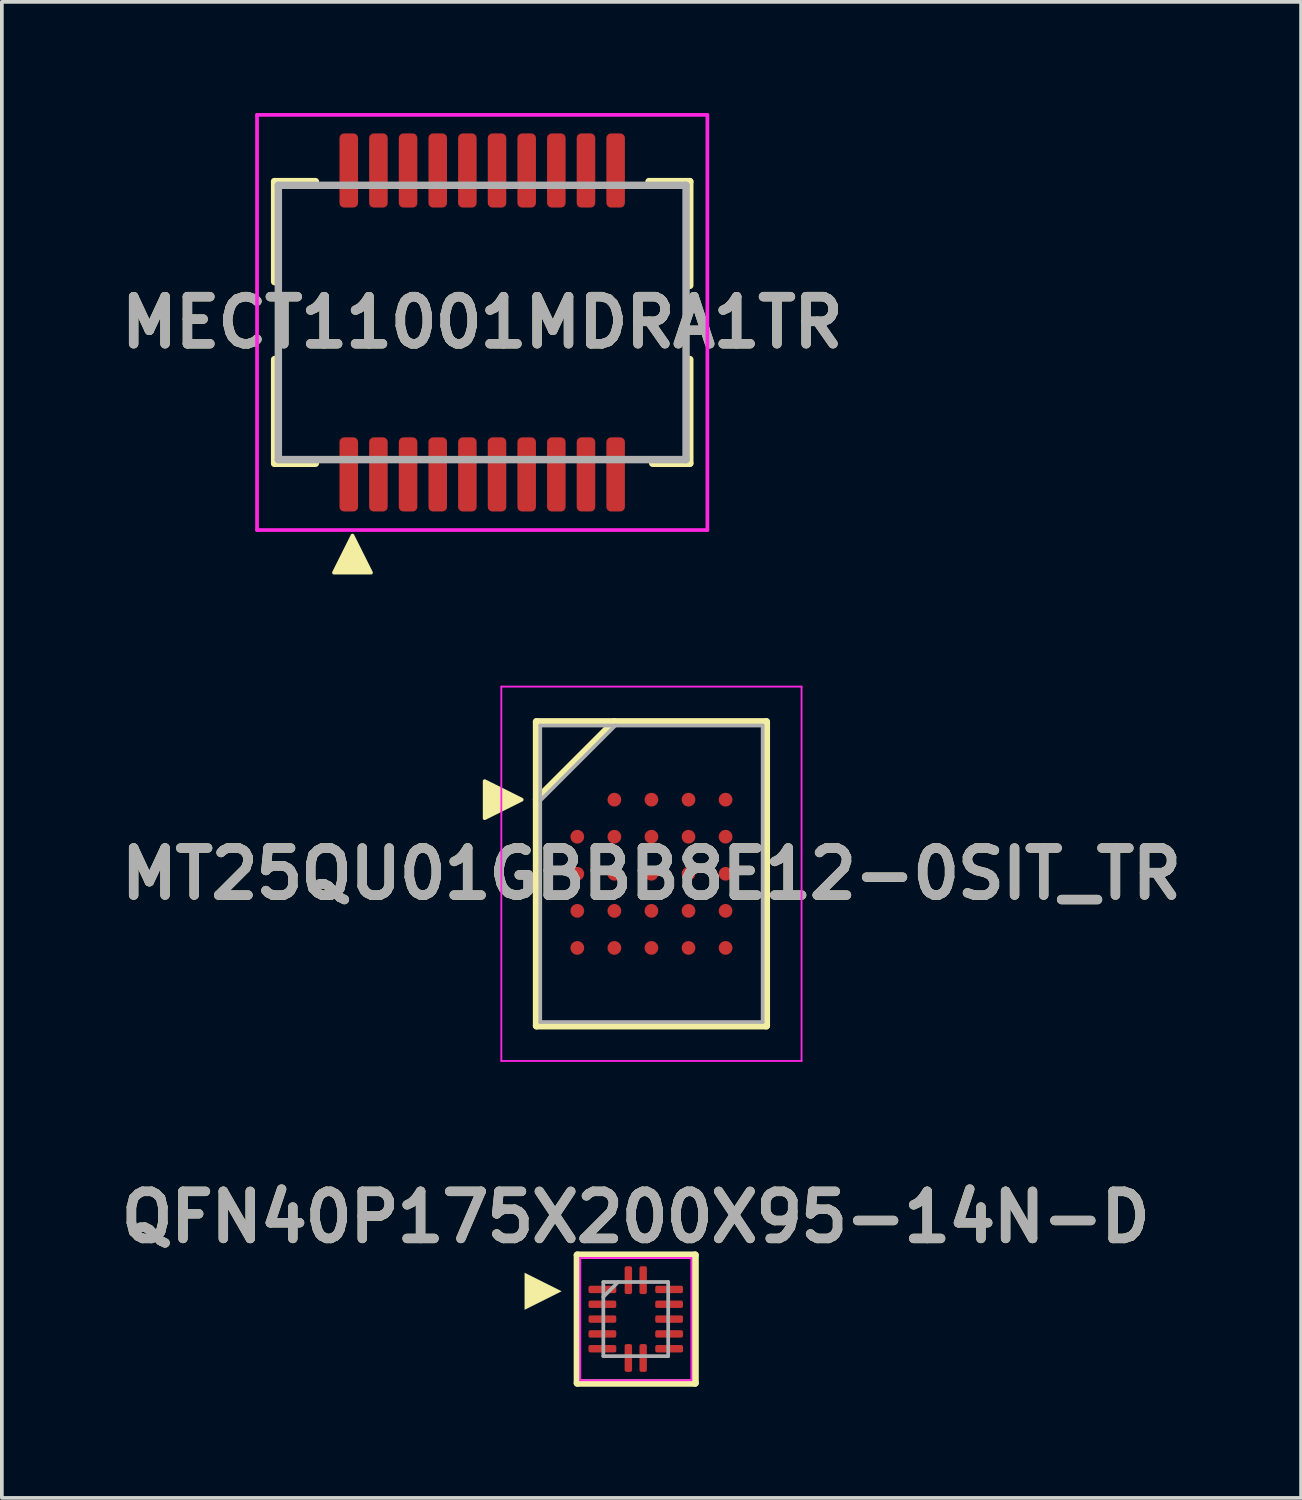
<source format=kicad_pcb>
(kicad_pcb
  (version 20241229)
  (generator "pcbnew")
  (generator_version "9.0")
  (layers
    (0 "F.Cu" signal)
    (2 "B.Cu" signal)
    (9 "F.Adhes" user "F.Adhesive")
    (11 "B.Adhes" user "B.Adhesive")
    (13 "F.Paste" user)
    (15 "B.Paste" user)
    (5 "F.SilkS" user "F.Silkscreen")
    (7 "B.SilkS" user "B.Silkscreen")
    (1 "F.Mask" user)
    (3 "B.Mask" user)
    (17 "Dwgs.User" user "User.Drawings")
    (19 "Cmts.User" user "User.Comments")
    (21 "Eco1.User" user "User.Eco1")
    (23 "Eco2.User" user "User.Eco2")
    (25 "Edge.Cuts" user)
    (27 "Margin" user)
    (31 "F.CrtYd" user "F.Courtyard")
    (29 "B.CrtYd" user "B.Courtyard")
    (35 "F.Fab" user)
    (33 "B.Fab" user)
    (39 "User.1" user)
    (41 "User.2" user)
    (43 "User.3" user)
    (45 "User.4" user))
  (footprint "QFN40P175X200X95-14N-D"
    (layer "F.Cu")
    (at 14.103 32.539)
    (property "Reference" "QFN40P175X200X95-14N-D" (at 0 -2.75 0) (layer "F.SilkS") (effects (font (size 1.27 1.27) (thickness 0.254))))
    (attr smd)
    (fp_line (start -1.575 -1.725) (end 1.6 -1.725) (stroke (width 0.2) (type solid)) (layer "F.SilkS"))
    (fp_line (start -1.575 1.725) (end -1.575 -1.725) (stroke (width 0.2) (type solid)) (layer "F.SilkS"))
    (fp_line (start 1.6 -1.725) (end 1.6 1.725) (stroke (width 0.2) (type solid)) (layer "F.SilkS"))
    (fp_line (start 1.6 1.725) (end -1.575 1.725) (stroke (width 0.2) (type solid)) (layer "F.SilkS"))
    (fp_poly (pts (xy -2 -0.75) (xy -3 -0.25) (xy -3 -1.25)) (stroke (width 0) (type solid)) (fill yes) (layer "F.SilkS"))
    (fp_line (start -1.5 -1.65) (end 1.5 -1.65) (stroke (width 0.05) (type solid)) (layer "F.CrtYd"))
    (fp_line (start -1.5 1.65) (end -1.5 -1.65) (stroke (width 0.05) (type solid)) (layer "F.CrtYd"))
    (fp_line (start 1.5 -1.65) (end 1.5 1.65) (stroke (width 0.05) (type solid)) (layer "F.CrtYd"))
    (fp_line (start 1.5 1.65) (end -1.5 1.65) (stroke (width 0.05) (type solid)) (layer "F.CrtYd"))
    (fp_line (start -0.875 -1) (end 0.875 -1) (stroke (width 0.1) (type solid)) (layer "F.Fab"))
    (fp_line (start -0.875 -0.6) (end -0.475 -1) (stroke (width 0.1) (type solid)) (layer "F.Fab"))
    (fp_line (start -0.875 1) (end -0.875 -1) (stroke (width 0.1) (type solid)) (layer "F.Fab"))
    (fp_line (start 0.875 -1) (end 0.875 1) (stroke (width 0.1) (type solid)) (layer "F.Fab"))
    (fp_line (start 0.875 1) (end -0.875 1) (stroke (width 0.1) (type solid)) (layer "F.Fab"))
    (fp_text user "${REFERENCE}" (at 0 -2.75 0) (layer "F.Fab") (effects (font (size 1.27 1.27) (thickness 0.254))))
    (pad "1" smd roundrect (at -0.9 -0.8 90) (size 0.2 0.75) (layers "F.Cu" "F.Mask" "F.Paste") (roundrect_rratio 0.25))
    (pad "2" smd roundrect (at -0.9 -0.4 90) (size 0.2 0.75) (layers "F.Cu" "F.Mask" "F.Paste") (roundrect_rratio 0.25))
    (pad "3" smd roundrect (at -0.9 0 90) (size 0.2 0.75) (layers "F.Cu" "F.Mask" "F.Paste") (roundrect_rratio 0.25))
    (pad "4" smd roundrect (at -0.9 0.4 90) (size 0.2 0.75) (layers "F.Cu" "F.Mask" "F.Paste") (roundrect_rratio 0.25))
    (pad "5" smd roundrect (at -0.9 0.8 90) (size 0.2 0.75) (layers "F.Cu" "F.Mask" "F.Paste") (roundrect_rratio 0.25))
    (pad "6" smd roundrect (at -0.2 1.05) (size 0.2 0.75) (layers "F.Cu" "F.Mask" "F.Paste") (roundrect_rratio 0.25))
    (pad "7" smd roundrect (at 0.2 1.05) (size 0.2 0.75) (layers "F.Cu" "F.Mask" "F.Paste") (roundrect_rratio 0.25))
    (pad "8" smd roundrect (at 0.9 0.8 90) (size 0.2 0.75) (layers "F.Cu" "F.Mask" "F.Paste") (roundrect_rratio 0.25))
    (pad "9" smd roundrect (at 0.9 0.4 90) (size 0.2 0.75) (layers "F.Cu" "F.Mask" "F.Paste") (roundrect_rratio 0.25))
    (pad "10" smd roundrect (at 0.9 0 90) (size 0.2 0.75) (layers "F.Cu" "F.Mask" "F.Paste") (roundrect_rratio 0.25))
    (pad "11" smd roundrect (at 0.9 -0.4 90) (size 0.2 0.75) (layers "F.Cu" "F.Mask" "F.Paste") (roundrect_rratio 0.25))
    (pad "12" smd roundrect (at 0.9 -0.8 90) (size 0.2 0.75) (layers "F.Cu" "F.Mask" "F.Paste") (roundrect_rratio 0.25))
    (pad "13" smd roundrect (at 0.2 -1.05) (size 0.2 0.75) (layers "F.Cu" "F.Mask" "F.Paste") (roundrect_rratio 0.25))
    (pad "14" smd roundrect (at -0.2 -1.05) (size 0.2 0.75) (layers "F.Cu" "F.Mask" "F.Paste") (roundrect_rratio 0.25)))
  (footprint "MECT11001MDRA1TR"
    (layer "F.Cu")
    (at 9.96 5.65)
    (property "Reference" "MECT11001MDRA1TR" (at 0 0 0) (layer "F.SilkS") (effects (font (size 1.27 1.27) (thickness 0.254))))
    (attr through_hole)
    (fp_line (start -5.6 -3.8) (end -5.6 -1.1) (stroke (width 0.2) (type solid)) (layer "F.SilkS"))
    (fp_line (start -5.6 3.8) (end -5.6 1) (stroke (width 0.2) (type solid)) (layer "F.SilkS"))
    (fp_line (start -4.5 -3.8) (end -5.6 -3.8) (stroke (width 0.2) (type solid)) (layer "F.SilkS"))
    (fp_line (start -4.5 3.8) (end -5.6 3.8) (stroke (width 0.2) (type solid)) (layer "F.SilkS"))
    (fp_line (start 4.5 -3.8) (end 5.6 -3.8) (stroke (width 0.2) (type solid)) (layer "F.SilkS"))
    (fp_line (start 4.6 3.8) (end 5.6 3.8) (stroke (width 0.2) (type solid)) (layer "F.SilkS"))
    (fp_line (start 5.6 -3.8) (end 5.6 -1) (stroke (width 0.2) (type solid)) (layer "F.SilkS"))
    (fp_line (start 5.6 3.8) (end 5.6 1) (stroke (width 0.2) (type solid)) (layer "F.SilkS"))
    (fp_poly (pts (xy -3 6.75) (xy -4 6.75) (xy -3.5 5.75)) (stroke (width 0.1) (type solid)) (fill yes) (layer "F.SilkS"))
    (fp_line (start -6.075 -5.6) (end 6.075 -5.6) (stroke (width 0.1) (type solid)) (layer "F.CrtYd"))
    (fp_line (start -6.075 5.6) (end -6.075 -5.6) (stroke (width 0.1) (type solid)) (layer "F.CrtYd"))
    (fp_line (start 6.075 -5.6) (end 6.075 5.6) (stroke (width 0.1) (type solid)) (layer "F.CrtYd"))
    (fp_line (start 6.075 5.6) (end -6.075 5.6) (stroke (width 0.1) (type solid)) (layer "F.CrtYd"))
    (fp_line (start -5.5 -3.7) (end 5.5 -3.7) (stroke (width 0.2) (type solid)) (layer "F.Fab"))
    (fp_line (start -5.5 3.7) (end -5.5 -3.7) (stroke (width 0.2) (type solid)) (layer "F.Fab"))
    (fp_line (start 5.5 -3.7) (end 5.5 3.7) (stroke (width 0.2) (type solid)) (layer "F.Fab"))
    (fp_line (start 5.5 3.7) (end -5.5 3.7) (stroke (width 0.2) (type solid)) (layer "F.Fab"))
    (fp_text user "${REFERENCE}" (at 0 0 0) (layer "F.Fab") (effects (font (size 1.27 1.27) (thickness 0.254))))
    (pad "" np_thru_hole circle (at -4.8 0) (size 0.001 0.001) (drill 1.55) (layers "*.Cu" "*.Mask"))
    (pad "" np_thru_hole circle (at 4.8 0) (size 0.001 0.001) (drill 1.55) (layers "*.Cu" "*.Mask"))
    (pad "1" smd roundrect (at -3.6 4.1) (size 0.5 2) (layers "F.Cu" "F.Mask" "F.Paste") (roundrect_rratio 0.25))
    (pad "2" smd roundrect (at -2.8 4.1) (size 0.5 2) (layers "F.Cu" "F.Mask" "F.Paste") (roundrect_rratio 0.25))
    (pad "3" smd roundrect (at -2 4.1) (size 0.5 2) (layers "F.Cu" "F.Mask" "F.Paste") (roundrect_rratio 0.25))
    (pad "4" smd roundrect (at -1.2 4.1) (size 0.5 2) (layers "F.Cu" "F.Mask" "F.Paste") (roundrect_rratio 0.25))
    (pad "5" smd roundrect (at -0.4 4.1) (size 0.5 2) (layers "F.Cu" "F.Mask" "F.Paste") (roundrect_rratio 0.25))
    (pad "6" smd roundrect (at 0.4 4.1) (size 0.5 2) (layers "F.Cu" "F.Mask" "F.Paste") (roundrect_rratio 0.25))
    (pad "7" smd roundrect (at 1.2 4.1) (size 0.5 2) (layers "F.Cu" "F.Mask" "F.Paste") (roundrect_rratio 0.25))
    (pad "8" smd roundrect (at 2 4.1) (size 0.5 2) (layers "F.Cu" "F.Mask" "F.Paste") (roundrect_rratio 0.25))
    (pad "9" smd roundrect (at 2.8 4.1) (size 0.5 2) (layers "F.Cu" "F.Mask" "F.Paste") (roundrect_rratio 0.25))
    (pad "10" smd roundrect (at 3.6 4.1) (size 0.5 2) (layers "F.Cu" "F.Mask" "F.Paste") (roundrect_rratio 0.25))
    (pad "11" smd roundrect (at 3.6 -4.1) (size 0.5 2) (layers "F.Cu" "F.Mask" "F.Paste") (roundrect_rratio 0.25))
    (pad "12" smd roundrect (at 2.8 -4.1) (size 0.5 2) (layers "F.Cu" "F.Mask" "F.Paste") (roundrect_rratio 0.25))
    (pad "13" smd roundrect (at 2 -4.1) (size 0.5 2) (layers "F.Cu" "F.Mask" "F.Paste") (roundrect_rratio 0.25))
    (pad "14" smd roundrect (at 1.2 -4.1) (size 0.5 2) (layers "F.Cu" "F.Mask" "F.Paste") (roundrect_rratio 0.25))
    (pad "15" smd roundrect (at 0.4 -4.1) (size 0.5 2) (layers "F.Cu" "F.Mask" "F.Paste") (roundrect_rratio 0.25))
    (pad "16" smd roundrect (at -0.4 -4.1) (size 0.5 2) (layers "F.Cu" "F.Mask" "F.Paste") (roundrect_rratio 0.25))
    (pad "17" smd roundrect (at -1.2 -4.1) (size 0.5 2) (layers "F.Cu" "F.Mask" "F.Paste") (roundrect_rratio 0.25))
    (pad "18" smd roundrect (at -2 -4.1) (size 0.5 2) (layers "F.Cu" "F.Mask" "F.Paste") (roundrect_rratio 0.25))
    (pad "19" smd roundrect (at -2.8 -4.1) (size 0.5 2) (layers "F.Cu" "F.Mask" "F.Paste") (roundrect_rratio 0.25))
    (pad "20" smd roundrect (at -3.6 -4.1) (size 0.5 2) (layers "F.Cu" "F.Mask" "F.Paste") (roundrect_rratio 0.25)))
  (footprint "MT25QU01GBBB8E12-0SIT_TR"
    (layer "F.Cu")
    (at 14.526 20.525)
    (property "Reference" "MT25QU01GBBB8E12-0SIT_TR" (at 0 0 0) (layer "F.SilkS") (effects (font (size 1.27 1.27) (thickness 0.254))))
    (attr smd)
    (fp_line (start -3.1 -4.1) (end 3.1 -4.1) (stroke (width 0.2) (type solid)) (layer "F.SilkS"))
    (fp_line (start -3.1 -2) (end -1 -4.1) (stroke (width 0.2) (type solid)) (layer "F.SilkS"))
    (fp_line (start -3.1 4.1) (end -3.1 -4.1) (stroke (width 0.2) (type solid)) (layer "F.SilkS"))
    (fp_line (start 3.1 -4.1) (end 3.1 4.1) (stroke (width 0.2) (type solid)) (layer "F.SilkS"))
    (fp_line (start 3.1 4.1) (end -3.1 4.1) (stroke (width 0.2) (type solid)) (layer "F.SilkS"))
    (fp_poly (pts (xy -3.5 -2) (xy -4.5 -1.5) (xy -4.5 -2.5)) (stroke (width 0.1) (type solid)) (fill yes) (layer "F.SilkS"))
    (fp_line (start -4.05 -5.05) (end 4.05 -5.05) (stroke (width 0.05) (type solid)) (layer "F.CrtYd"))
    (fp_line (start -4.05 5.05) (end -4.05 -5.05) (stroke (width 0.05) (type solid)) (layer "F.CrtYd"))
    (fp_line (start 4.05 -5.05) (end 4.05 5.05) (stroke (width 0.05) (type solid)) (layer "F.CrtYd"))
    (fp_line (start 4.05 5.05) (end -4.05 5.05) (stroke (width 0.05) (type solid)) (layer "F.CrtYd"))
    (fp_line (start -3 -4) (end 3 -4) (stroke (width 0.1) (type solid)) (layer "F.Fab"))
    (fp_line (start -3 -1.975) (end -0.975 -4) (stroke (width 0.1) (type solid)) (layer "F.Fab"))
    (fp_line (start -3 4) (end -3 -4) (stroke (width 0.1) (type solid)) (layer "F.Fab"))
    (fp_line (start 3 -4) (end 3 4) (stroke (width 0.1) (type solid)) (layer "F.Fab"))
    (fp_line (start 3 4) (end -3 4) (stroke (width 0.1) (type solid)) (layer "F.Fab"))
    (fp_text user "${REFERENCE}" (at 0 0 0) (layer "F.Fab") (effects (font (size 1.27 1.27) (thickness 0.254))))
    (pad "A2" smd circle (at -1 -2 90) (size 0.37 0.37) (layers "F.Cu" "F.Mask" "F.Paste"))
    (pad "A3" smd circle (at 0 -2 90) (size 0.37 0.37) (layers "F.Cu" "F.Mask" "F.Paste"))
    (pad "A4" smd circle (at 1 -2 90) (size 0.37 0.37) (layers "F.Cu" "F.Mask" "F.Paste"))
    (pad "A5" smd circle (at 2 -2 90) (size 0.37 0.37) (layers "F.Cu" "F.Mask" "F.Paste"))
    (pad "B1" smd circle (at -2 -1 90) (size 0.37 0.37) (layers "F.Cu" "F.Mask" "F.Paste"))
    (pad "B2" smd circle (at -1 -1 90) (size 0.37 0.37) (layers "F.Cu" "F.Mask" "F.Paste"))
    (pad "B3" smd circle (at 0 -1 90) (size 0.37 0.37) (layers "F.Cu" "F.Mask" "F.Paste"))
    (pad "B4" smd circle (at 1 -1 90) (size 0.37 0.37) (layers "F.Cu" "F.Mask" "F.Paste"))
    (pad "B5" smd circle (at 2 -1 90) (size 0.37 0.37) (layers "F.Cu" "F.Mask" "F.Paste"))
    (pad "C1" smd circle (at -2 0 90) (size 0.37 0.37) (layers "F.Cu" "F.Mask" "F.Paste"))
    (pad "C2" smd circle (at -1 0 90) (size 0.37 0.37) (layers "F.Cu" "F.Mask" "F.Paste"))
    (pad "C3" smd circle (at 0 0 90) (size 0.37 0.37) (layers "F.Cu" "F.Mask" "F.Paste"))
    (pad "C4" smd circle (at 1 0 90) (size 0.37 0.37) (layers "F.Cu" "F.Mask" "F.Paste"))
    (pad "C5" smd circle (at 2 0 90) (size 0.37 0.37) (layers "F.Cu" "F.Mask" "F.Paste"))
    (pad "D1" smd circle (at -2 1 90) (size 0.37 0.37) (layers "F.Cu" "F.Mask" "F.Paste"))
    (pad "D2" smd circle (at -1 1 90) (size 0.37 0.37) (layers "F.Cu" "F.Mask" "F.Paste"))
    (pad "D3" smd circle (at 0 1 90) (size 0.37 0.37) (layers "F.Cu" "F.Mask" "F.Paste"))
    (pad "D4" smd circle (at 1 1 90) (size 0.37 0.37) (layers "F.Cu" "F.Mask" "F.Paste"))
    (pad "D5" smd circle (at 2 1 90) (size 0.37 0.37) (layers "F.Cu" "F.Mask" "F.Paste"))
    (pad "E1" smd circle (at -2 2 90) (size 0.37 0.37) (layers "F.Cu" "F.Mask" "F.Paste"))
    (pad "E2" smd circle (at -1 2 90) (size 0.37 0.37) (layers "F.Cu" "F.Mask" "F.Paste"))
    (pad "E3" smd circle (at 0 2 90) (size 0.37 0.37) (layers "F.Cu" "F.Mask" "F.Paste"))
    (pad "E4" smd circle (at 1 2 90) (size 0.37 0.37) (layers "F.Cu" "F.Mask" "F.Paste"))
    (pad "E5" smd circle (at 2 2 90) (size 0.37 0.37) (layers "F.Cu" "F.Mask" "F.Paste")))
  (gr_rect
    (start -3 -3)
    (end 32.053 37.364)
    (stroke (width 0.1) (type default))
    (fill no)
    (layer "Edge.Cuts")))
</source>
